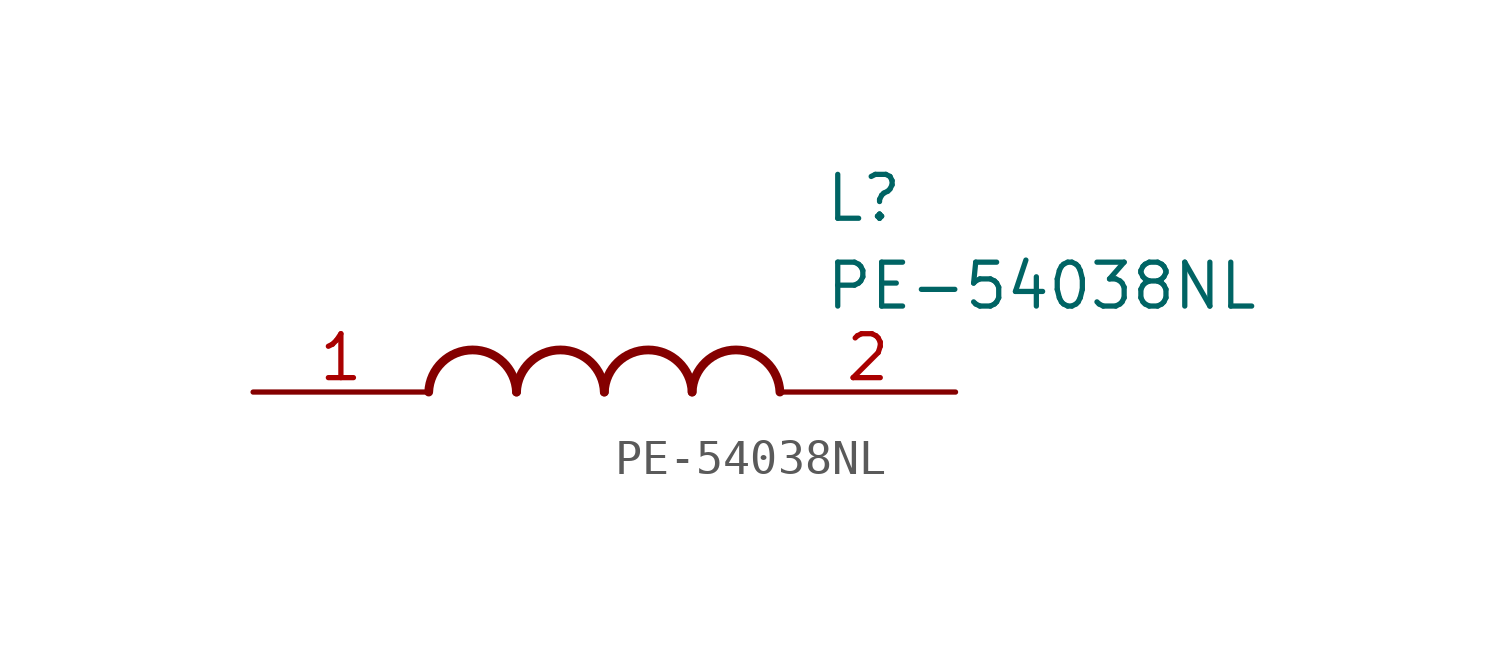
<source format=kicad_sym>
(kicad_symbol_lib
  (version 20211014)
  (generator SamacSys_ECAD_Model)
  (symbol "PE-54038NL"
    (pin_names hide)
    (property "Reference" "L"
      (at 16.51 6.35 0)
      (effects (font (size 1.27 1.27)) (justify left top)))
    (property "Value" "PE-54038NL"
      (at 16.51 3.81 0)
      (effects (font (size 1.27 1.27)) (justify left top)))
    (arc
      (start 7.62 0)
      (mid 6.35 1.219)
      (end 5.08 0)
      (stroke (width 0.254) (type default))
      (fill (type none)))
    (arc
      (start 10.16 0)
      (mid 8.89 1.219)
      (end 7.62 0)
      (stroke (width 0.254) (type default))
      (fill (type none)))
    (arc
      (start 12.7 0)
      (mid 11.43 1.219)
      (end 10.16 0)
      (stroke (width 0.254) (type default))
      (fill (type none)))
    (arc
      (start 15.24 0)
      (mid 13.97 1.219)
      (end 12.7 0)
      (stroke (width 0.254) (type default))
      (fill (type none)))
    (pin passive line
      (at 0 0 0)
      (length 5.08)
      (name "1" (effects (font (size 1.27 1.27))))
      (number "1" (effects (font (size 1.27 1.27)))))
    (pin passive line
      (at 20.32 0 180)
      (length 5.08)
      (name "2" (effects (font (size 1.27 1.27))))
      (number "2" (effects (font (size 1.27 1.27)))))))
</source>
